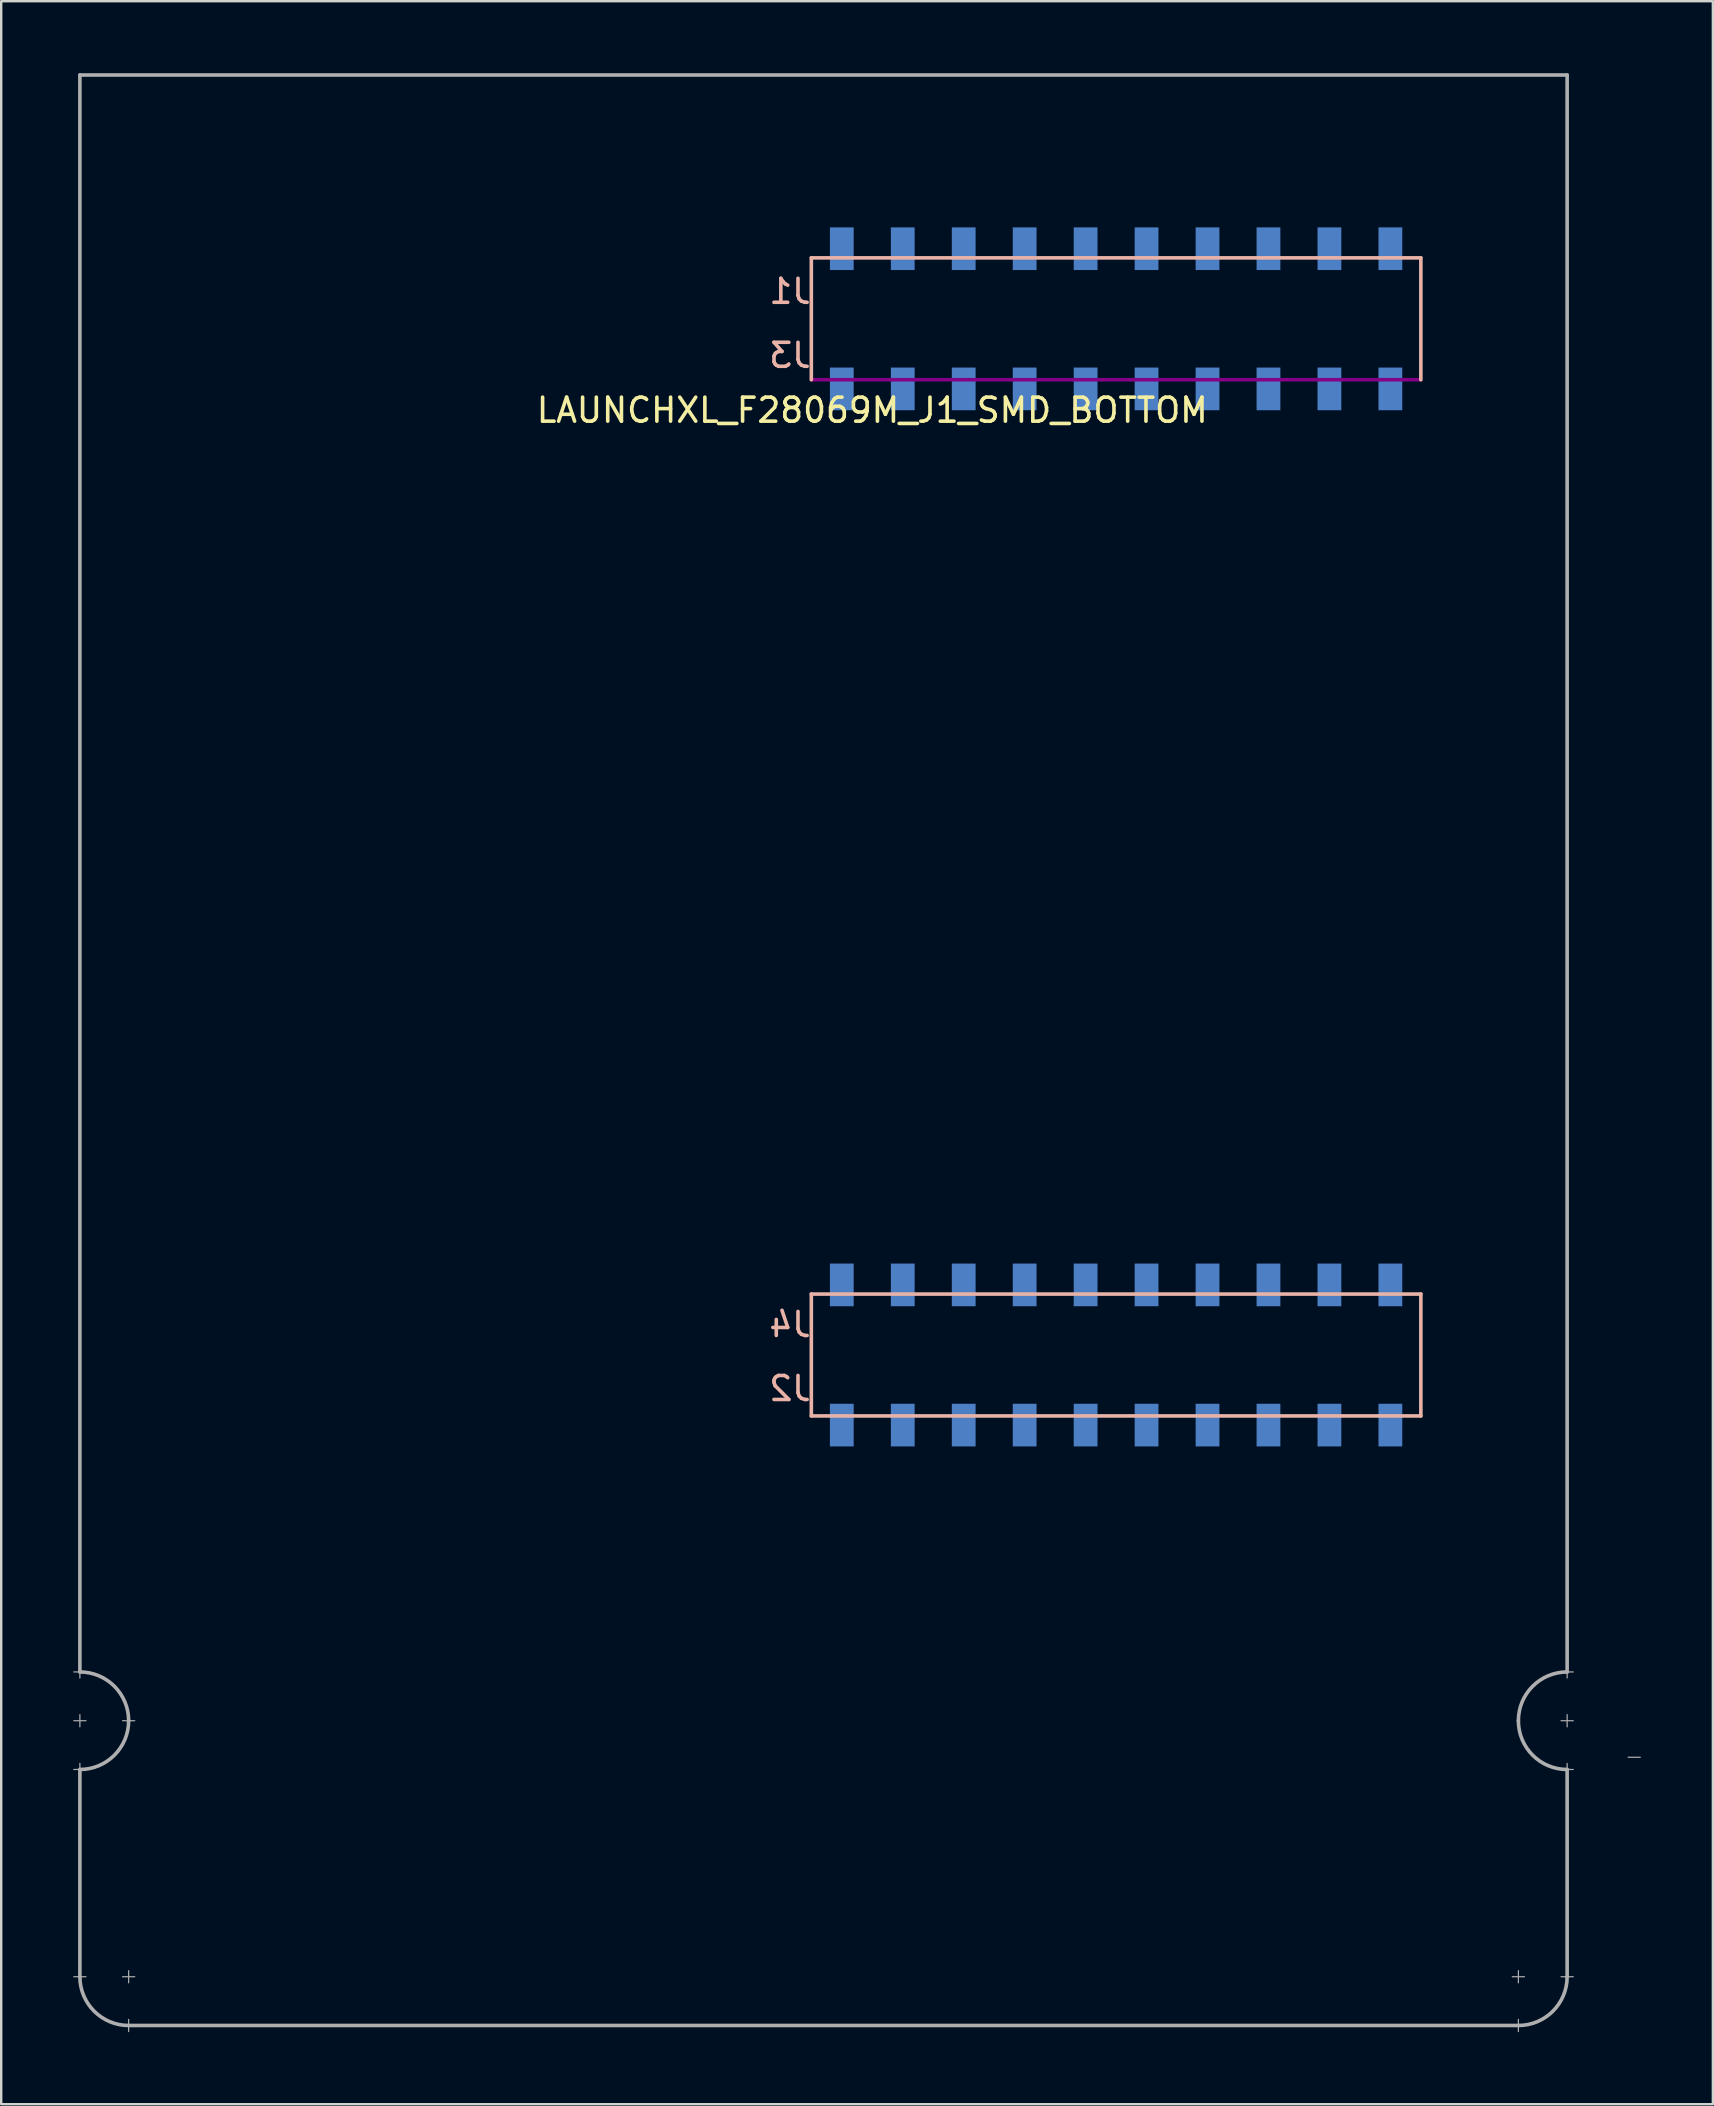
<source format=kicad_pcb>
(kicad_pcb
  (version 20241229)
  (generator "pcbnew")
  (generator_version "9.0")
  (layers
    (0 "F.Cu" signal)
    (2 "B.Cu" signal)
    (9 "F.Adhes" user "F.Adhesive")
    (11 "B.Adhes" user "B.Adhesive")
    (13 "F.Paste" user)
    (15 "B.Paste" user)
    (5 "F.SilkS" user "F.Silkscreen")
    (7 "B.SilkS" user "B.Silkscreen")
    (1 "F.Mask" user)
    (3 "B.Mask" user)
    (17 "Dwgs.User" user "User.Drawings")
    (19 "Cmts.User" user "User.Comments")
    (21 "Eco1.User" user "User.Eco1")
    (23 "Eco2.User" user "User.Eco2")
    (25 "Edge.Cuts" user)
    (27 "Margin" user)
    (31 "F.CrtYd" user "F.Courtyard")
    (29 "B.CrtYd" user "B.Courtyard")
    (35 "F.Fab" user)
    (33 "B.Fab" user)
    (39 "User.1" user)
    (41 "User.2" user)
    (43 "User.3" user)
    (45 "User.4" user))
  (footprint "LAUNCHXL_F28069M_J1_SMD_BOTTOM"
    (layer "F.Cu")
    (at 0.279 55.955)
    (property "Reference" "LAUNCHXL_F28069M_J1_SMD_BOTTOM" (at 33.02 -41.91 0) (layer "F.SilkS") (effects (font (size 1 1) (thickness 0.15))))
    (attr through_hole)
    (fp_line (start 30.48 -48.26) (end 30.48 -43.18) (stroke (width 0.15) (type solid)) (layer "B.SilkS"))
    (fp_line (start 30.48 -5.08) (end 30.48 0) (stroke (width 0.15) (type solid)) (layer "B.SilkS"))
    (fp_line (start 30.48 0) (end 55.88 0) (stroke (width 0.15) (type solid)) (layer "B.SilkS"))
    (fp_line (start 55.88 -48.26) (end 30.48 -48.26) (stroke (width 0.15) (type solid)) (layer "B.SilkS"))
    (fp_line (start 55.88 -43.18) (end 55.88 -48.26) (stroke (width 0.15) (type solid)) (layer "B.SilkS"))
    (fp_line (start 55.88 -5.08) (end 30.48 -5.08) (stroke (width 0.15) (type solid)) (layer "B.SilkS"))
    (fp_line (start 55.88 0) (end 55.88 -5.08) (stroke (width 0.15) (type solid)) (layer "B.SilkS"))
    (fp_line (start 30.48 -43.18) (end 55.88 -43.18) (stroke (width 0.15) (type solid)) (layer "F.Adhes"))
    (fp_line (start -0.254 10.668) (end 0.254 10.668) (stroke (width 0.05) (type solid)) (layer "F.Fab"))
    (fp_line (start -0.254 12.7) (end 0.254 12.7) (stroke (width 0.05) (type solid)) (layer "F.Fab"))
    (fp_line (start -0.254 14.732) (end 0.254 14.732) (stroke (width 0.05) (type solid)) (layer "F.Fab"))
    (fp_line (start 0 -55.88) (end 0 10.668) (stroke (width 0.15) (type solid)) (layer "F.Fab"))
    (fp_line (start 0 10.414) (end 0 10.922) (stroke (width 0.05) (type solid)) (layer "F.Fab"))
    (fp_line (start 0 12.446) (end 0 12.954) (stroke (width 0.05) (type solid)) (layer "F.Fab"))
    (fp_line (start 0 14.478) (end 0 14.986) (stroke (width 0.05) (type solid)) (layer "F.Fab"))
    (fp_line (start 0 14.732) (end 0 23.368) (stroke (width 0.15) (type solid)) (layer "F.Fab"))
    (fp_line (start 0 23.114) (end 0 23.622) (stroke (width 0.05) (type solid)) (layer "F.Fab"))
    (fp_line (start 0.254 23.368) (end -0.254 23.368) (stroke (width 0.05) (type solid)) (layer "F.Fab"))
    (fp_line (start 1.778 12.7) (end 2.286 12.7) (stroke (width 0.05) (type solid)) (layer "F.Fab"))
    (fp_line (start 2.032 23.114) (end 2.032 23.622) (stroke (width 0.05) (type solid)) (layer "F.Fab"))
    (fp_line (start 2.032 25.146) (end 2.032 25.654) (stroke (width 0.05) (type solid)) (layer "F.Fab"))
    (fp_line (start 2.032 25.4) (end 59.944 25.4) (stroke (width 0.15) (type solid)) (layer "F.Fab"))
    (fp_line (start 2.286 23.368) (end 1.778 23.368) (stroke (width 0.05) (type solid)) (layer "F.Fab"))
    (fp_line (start 59.69 23.368) (end 60.198 23.368) (stroke (width 0.05) (type solid)) (layer "F.Fab"))
    (fp_line (start 59.69 25.4) (end 60.198 25.4) (stroke (width 0.05) (type solid)) (layer "F.Fab"))
    (fp_line (start 59.944 23.114) (end 59.944 23.622) (stroke (width 0.05) (type solid)) (layer "F.Fab"))
    (fp_line (start 59.944 25.146) (end 59.944 25.654) (stroke (width 0.05) (type solid)) (layer "F.Fab"))
    (fp_line (start 61.722 23.368) (end 62.23 23.368) (stroke (width 0.05) (type solid)) (layer "F.Fab"))
    (fp_line (start 61.976 -55.88) (end 0 -55.88) (stroke (width 0.15) (type solid)) (layer "F.Fab"))
    (fp_line (start 61.976 10.668) (end 61.976 -55.88) (stroke (width 0.15) (type solid)) (layer "F.Fab"))
    (fp_line (start 61.976 10.922) (end 61.976 10.414) (stroke (width 0.05) (type solid)) (layer "F.Fab"))
    (fp_line (start 61.976 12.954) (end 61.976 12.446) (stroke (width 0.05) (type solid)) (layer "F.Fab"))
    (fp_line (start 61.976 14.732) (end 61.976 23.368) (stroke (width 0.15) (type solid)) (layer "F.Fab"))
    (fp_line (start 61.976 14.986) (end 61.976 14.478) (stroke (width 0.05) (type solid)) (layer "F.Fab"))
    (fp_line (start 62.23 10.668) (end 61.722 10.668) (stroke (width 0.05) (type solid)) (layer "F.Fab"))
    (fp_line (start 62.23 12.7) (end 61.722 12.7) (stroke (width 0.05) (type solid)) (layer "F.Fab"))
    (fp_line (start 62.23 14.732) (end 61.722 14.732) (stroke (width 0.05) (type solid)) (layer "F.Fab"))
    (fp_line (start 65.024 14.224) (end 64.516 14.224) (stroke (width 0.05) (type solid)) (layer "F.Fab"))
    (fp_arc (start 0 10.668) (mid 1.436841 11.263159) (end 2.032 12.7) (stroke (width 0.15) (type solid)) (layer "F.Fab"))
    (fp_arc (start 2.032 12.7) (mid 1.436841 14.136841) (end 0 14.732) (stroke (width 0.15) (type solid)) (layer "F.Fab"))
    (fp_arc (start 2.032 25.4) (mid 0.595159 24.804841) (end 0 23.368) (stroke (width 0.15) (type solid)) (layer "F.Fab"))
    (fp_arc (start 59.944 12.7) (mid 60.539159 11.263159) (end 61.976 10.668) (stroke (width 0.15) (type solid)) (layer "F.Fab"))
    (fp_arc (start 61.976 14.732) (mid 60.539159 14.136841) (end 59.944 12.7) (stroke (width 0.15) (type solid)) (layer "F.Fab"))
    (fp_arc (start 61.976 23.368) (mid 61.380841 24.804841) (end 59.944 25.4) (stroke (width 0.15) (type solid)) (layer "F.Fab"))
    (fp_text user "J1" (at 29.591 -46.863 0) (layer "B.SilkS") (effects (font (size 1 1) (thickness 0.15)) (justify mirror)))
    (fp_text user "J2" (at 29.591 -1.143 0) (layer "B.SilkS") (effects (font (size 1 1) (thickness 0.15)) (justify mirror)))
    (fp_text user "J4" (at 29.591 -3.81 0) (layer "B.SilkS") (effects (font (size 1 1) (thickness 0.15)) (justify mirror)))
    (fp_text user "J3" (at 29.591 -44.196 0) (layer "B.SilkS") (effects (font (size 1 1) (thickness 0.15)) (justify mirror)))
    (pad "+3V3" smd rect (at 54.61 -48.641) (size 0.991 1.778) (layers "B.Cu" "B.Mask" "B.Paste"))
    (pad "+5V" smd rect (at 54.61 -42.799) (size 0.991 1.778) (layers "B.Cu" "B.Mask" "B.Paste"))
    (pad "A_A0" smd rect (at 39.37 -42.799) (size 0.991 1.778) (layers "B.Cu" "B.Mask" "B.Paste"))
    (pad "A_A1" smd rect (at 34.29 -42.799) (size 0.991 1.778) (layers "B.Cu" "B.Mask" "B.Paste"))
    (pad "A_A2" smd rect (at 44.45 -42.799) (size 0.991 1.778) (layers "B.Cu" "B.Mask" "B.Paste"))
    (pad "A_A6" smd rect (at 52.07 -48.641) (size 0.991 1.778) (layers "B.Cu" "B.Mask" "B.Paste"))
    (pad "A_A7" smd rect (at 49.53 -42.799) (size 0.991 1.778) (layers "B.Cu" "B.Mask" "B.Paste"))
    (pad "A_B0" smd rect (at 36.83 -42.799) (size 0.991 1.778) (layers "B.Cu" "B.Mask" "B.Paste"))
    (pad "A_B1" smd rect (at 46.99 -42.799) (size 0.991 1.778) (layers "B.Cu" "B.Mask" "B.Paste"))
    (pad "A_B2" smd rect (at 41.91 -42.799) (size 0.991 1.778) (layers "B.Cu" "B.Mask" "B.Paste"))
    (pad "A_B6" smd rect (at 41.91 -48.641) (size 0.991 1.778) (layers "B.Cu" "B.Mask" "B.Paste"))
    (pad "DAC1" smd rect (at 34.29 -5.461) (size 0.991 1.778) (layers "B.Cu" "B.Mask" "B.Paste"))
    (pad "DAC2" smd rect (at 31.75 -5.461) (size 0.991 1.778) (layers "B.Cu" "B.Mask" "B.Paste"))
    (pad "GND" smd rect (at 52.07 -42.799) (size 0.991 1.778) (layers "B.Cu" "B.Mask" "B.Paste"))
    (pad "GND" smd rect (at 54.61 0.381) (size 0.991 1.778) (layers "B.Cu" "B.Mask" "B.Paste"))
    (pad "NC" smd rect (at 31.75 -42.799) (size 0.991 1.778) (layers "B.Cu" "B.Mask" "B.Paste"))
    (pad "NC" smd rect (at 36.83 -5.461) (size 0.991 1.778) (layers "B.Cu" "B.Mask" "B.Paste"))
    (pad "NC" smd rect (at 46.99 0.381) (size 0.991 1.778) (layers "B.Cu" "B.Mask" "B.Paste"))
    (pad "P_0" smd rect (at 54.61 -5.461) (size 0.991 1.778) (layers "B.Cu" "B.Mask" "B.Paste"))
    (pad "P_1" smd rect (at 52.07 -5.461) (size 0.991 1.778) (layers "B.Cu" "B.Mask" "B.Paste"))
    (pad "P_2" smd rect (at 49.53 -5.461) (size 0.991 1.778) (layers "B.Cu" "B.Mask" "B.Paste"))
    (pad "P_3" smd rect (at 46.99 -5.461) (size 0.991 1.778) (layers "B.Cu" "B.Mask" "B.Paste"))
    (pad "P_4" smd rect (at 44.45 -5.461) (size 0.991 1.778) (layers "B.Cu" "B.Mask" "B.Paste"))
    (pad "P_5" smd rect (at 41.91 -5.461) (size 0.991 1.778) (layers "B.Cu" "B.Mask" "B.Paste"))
    (pad "P_12" smd rect (at 44.45 -48.641) (size 0.991 1.778) (layers "B.Cu" "B.Mask" "B.Paste"))
    (pad "P_13" smd rect (at 39.37 -5.461) (size 0.991 1.778) (layers "B.Cu" "B.Mask" "B.Paste"))
    (pad "P_16" smd rect (at 41.91 0.381) (size 0.991 1.778) (layers "B.Cu" "B.Mask" "B.Paste"))
    (pad "P_17" smd rect (at 39.37 0.381) (size 0.991 1.778) (layers "B.Cu" "B.Mask" "B.Paste"))
    (pad "P_18" smd rect (at 39.37 -48.641) (size 0.991 1.778) (layers "B.Cu" "B.Mask" "B.Paste"))
    (pad "P_19" smd rect (at 52.07 0.381) (size 0.991 1.778) (layers "B.Cu" "B.Mask" "B.Paste"))
    (pad "P_22" smd rect (at 36.83 -48.641) (size 0.991 1.778) (layers "B.Cu" "B.Mask" "B.Paste"))
    (pad "P_28" smd rect (at 49.53 -48.641) (size 0.991 1.778) (layers "B.Cu" "B.Mask" "B.Paste"))
    (pad "P_29" smd rect (at 46.99 -48.641) (size 0.991 1.778) (layers "B.Cu" "B.Mask" "B.Paste"))
    (pad "P_32" smd rect (at 31.75 -48.641) (size 0.991 1.778) (layers "B.Cu" "B.Mask" "B.Paste"))
    (pad "P_33" smd rect (at 34.29 -48.641) (size 0.991 1.778) (layers "B.Cu" "B.Mask" "B.Paste"))
    (pad "P_44" smd rect (at 49.53 0.381) (size 0.991 1.778) (layers "B.Cu" "B.Mask" "B.Paste"))
    (pad "P_50" smd rect (at 36.83 0.381) (size 0.991 1.778) (layers "B.Cu" "B.Mask" "B.Paste"))
    (pad "P_51" smd rect (at 34.29 0.381) (size 0.991 1.778) (layers "B.Cu" "B.Mask" "B.Paste"))
    (pad "P_55" smd rect (at 31.75 0.381) (size 0.991 1.778) (layers "B.Cu" "B.Mask" "B.Paste"))
    (pad "Rese" smd rect (at 44.45 0.381) (size 0.991 1.778) (layers "B.Cu" "B.Mask" "B.Paste")))
  (gr_rect
    (start -3 -3)
    (end 68.328 84.634)
    (stroke (width 0.1) (type default))
    (fill no)
    (layer "Edge.Cuts")))
</source>
